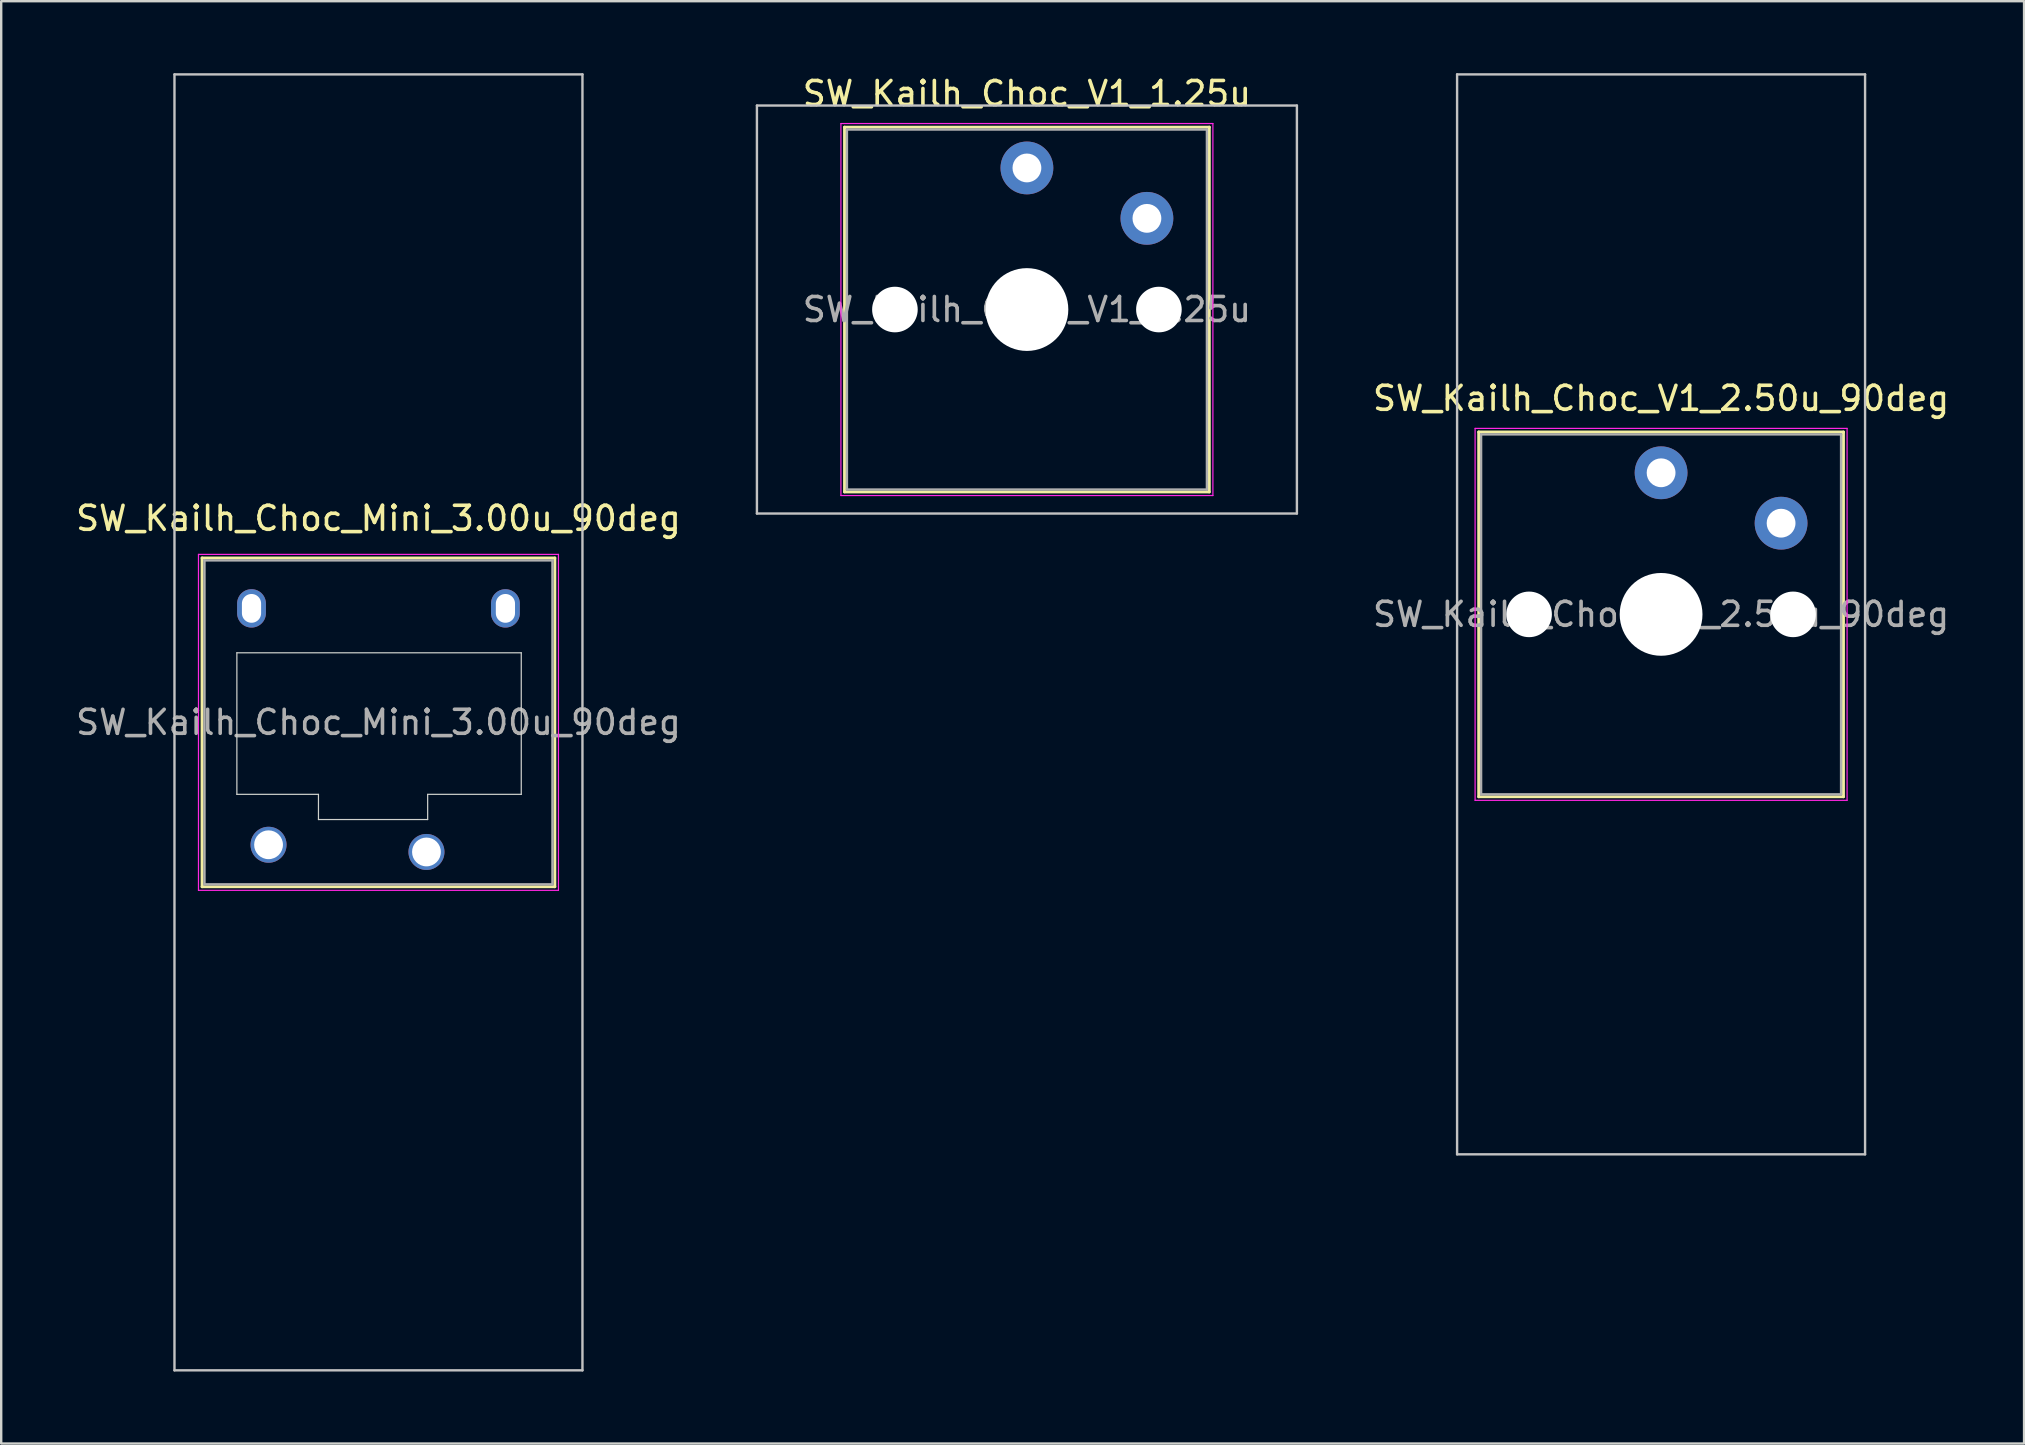
<source format=kicad_pcb>
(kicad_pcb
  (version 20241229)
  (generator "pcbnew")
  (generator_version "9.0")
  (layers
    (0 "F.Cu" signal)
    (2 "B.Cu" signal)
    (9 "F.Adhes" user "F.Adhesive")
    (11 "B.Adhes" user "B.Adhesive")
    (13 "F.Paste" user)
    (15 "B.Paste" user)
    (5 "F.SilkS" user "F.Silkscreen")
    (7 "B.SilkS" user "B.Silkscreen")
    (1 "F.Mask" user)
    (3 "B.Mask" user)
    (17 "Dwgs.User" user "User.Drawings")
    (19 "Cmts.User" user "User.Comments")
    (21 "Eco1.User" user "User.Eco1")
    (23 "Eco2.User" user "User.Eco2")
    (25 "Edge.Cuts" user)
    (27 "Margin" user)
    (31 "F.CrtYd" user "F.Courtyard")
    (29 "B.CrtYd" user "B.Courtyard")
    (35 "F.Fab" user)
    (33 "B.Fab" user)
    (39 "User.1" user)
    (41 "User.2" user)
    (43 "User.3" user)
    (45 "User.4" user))
  (footprint "SW_Kailh_Choc_V1_2.50u_90deg"
    (layer "F.Cu")
    (at 66.165 22.55)
    (property "Reference" "SW_Kailh_Choc_V1_2.50u_90deg" (at 0 -9 0) (layer "F.SilkS") (effects (font (size 1 1) (thickness 0.15))))
    (attr through_hole)
    (fp_line (start -7.6 -7.6) (end -7.6 7.6) (stroke (width 0.12) (type solid)) (layer "F.SilkS"))
    (fp_line (start -7.6 7.6) (end 7.6 7.6) (stroke (width 0.12) (type solid)) (layer "F.SilkS"))
    (fp_line (start 7.6 -7.6) (end -7.6 -7.6) (stroke (width 0.12) (type solid)) (layer "F.SilkS"))
    (fp_line (start 7.6 7.6) (end 7.6 -7.6) (stroke (width 0.12) (type solid)) (layer "F.SilkS"))
    (fp_line (start -8.5 -22.5) (end 8.5 -22.5) (stroke (width 0.1) (type solid)) (layer "Dwgs.User"))
    (fp_line (start -8.5 22.5) (end -8.5 -22.5) (stroke (width 0.1) (type solid)) (layer "Dwgs.User"))
    (fp_line (start 8.5 -22.5) (end 8.5 22.5) (stroke (width 0.1) (type solid)) (layer "Dwgs.User"))
    (fp_line (start 8.5 22.5) (end -8.5 22.5) (stroke (width 0.1) (type solid)) (layer "Dwgs.User"))
    (fp_line (start -7.25 -7.25) (end -7.25 7.25) (stroke (width 0.1) (type solid)) (layer "Eco1.User"))
    (fp_line (start -7.25 7.25) (end 7.25 7.25) (stroke (width 0.1) (type solid)) (layer "Eco1.User"))
    (fp_line (start 7.25 -7.25) (end -7.25 -7.25) (stroke (width 0.1) (type solid)) (layer "Eco1.User"))
    (fp_line (start 7.25 7.25) (end 7.25 -7.25) (stroke (width 0.1) (type solid)) (layer "Eco1.User"))
    (fp_line (start -7.75 -7.75) (end -7.75 7.75) (stroke (width 0.05) (type solid)) (layer "F.CrtYd"))
    (fp_line (start -7.75 7.75) (end 7.75 7.75) (stroke (width 0.05) (type solid)) (layer "F.CrtYd"))
    (fp_line (start 7.75 -7.75) (end -7.75 -7.75) (stroke (width 0.05) (type solid)) (layer "F.CrtYd"))
    (fp_line (start 7.75 7.75) (end 7.75 -7.75) (stroke (width 0.05) (type solid)) (layer "F.CrtYd"))
    (fp_line (start -7.5 -7.5) (end -7.5 7.5) (stroke (width 0.1) (type solid)) (layer "F.Fab"))
    (fp_line (start -7.5 7.5) (end 7.5 7.5) (stroke (width 0.1) (type solid)) (layer "F.Fab"))
    (fp_line (start 7.5 -7.5) (end -7.5 -7.5) (stroke (width 0.1) (type solid)) (layer "F.Fab"))
    (fp_line (start 7.5 7.5) (end 7.5 -7.5) (stroke (width 0.1) (type solid)) (layer "F.Fab"))
    (fp_text user "${REFERENCE}" (at 0 0 0) (layer "F.Fab") (effects (font (size 1 1) (thickness 0.15))))
    (pad "" np_thru_hole circle (at -5.5 0) (size 1.9 1.9) (drill 1.9) (layers "*.Cu" "*.Mask"))
    (pad "" np_thru_hole circle (at 0 0) (size 3.45 3.45) (drill 3.45) (layers "*.Cu" "*.Mask"))
    (pad "" np_thru_hole circle (at 5.5 0) (size 1.9 1.9) (drill 1.9) (layers "*.Cu" "*.Mask"))
    (pad "1" thru_hole circle (at 0 -5.9) (size 2.2 2.2) (drill 1.2) (layers "*.Cu" "*.Mask"))
    (pad "2" thru_hole circle (at 5 -3.8) (size 2.2 2.2) (drill 1.2) (layers "*.Cu" "*.Mask")))
  (footprint "SW_Kailh_Choc_V1_1.25u"
    (layer "F.Cu")
    (at 39.74 9.848)
    (property "Reference" "SW_Kailh_Choc_V1_1.25u" (at 0 -9 0) (layer "F.SilkS") (effects (font (size 1 1) (thickness 0.15))))
    (attr through_hole)
    (fp_line (start -7.6 -7.6) (end -7.6 7.6) (stroke (width 0.12) (type solid)) (layer "F.SilkS"))
    (fp_line (start -7.6 7.6) (end 7.6 7.6) (stroke (width 0.12) (type solid)) (layer "F.SilkS"))
    (fp_line (start 7.6 -7.6) (end -7.6 -7.6) (stroke (width 0.12) (type solid)) (layer "F.SilkS"))
    (fp_line (start 7.6 7.6) (end 7.6 -7.6) (stroke (width 0.12) (type solid)) (layer "F.SilkS"))
    (fp_line (start -11.25 -8.5) (end -11.25 8.5) (stroke (width 0.1) (type solid)) (layer "Dwgs.User"))
    (fp_line (start -11.25 8.5) (end 11.25 8.5) (stroke (width 0.1) (type solid)) (layer "Dwgs.User"))
    (fp_line (start 11.25 -8.5) (end -11.25 -8.5) (stroke (width 0.1) (type solid)) (layer "Dwgs.User"))
    (fp_line (start 11.25 8.5) (end 11.25 -8.5) (stroke (width 0.1) (type solid)) (layer "Dwgs.User"))
    (fp_line (start -7.25 -7.25) (end -7.25 7.25) (stroke (width 0.1) (type solid)) (layer "Eco1.User"))
    (fp_line (start -7.25 7.25) (end 7.25 7.25) (stroke (width 0.1) (type solid)) (layer "Eco1.User"))
    (fp_line (start 7.25 -7.25) (end -7.25 -7.25) (stroke (width 0.1) (type solid)) (layer "Eco1.User"))
    (fp_line (start 7.25 7.25) (end 7.25 -7.25) (stroke (width 0.1) (type solid)) (layer "Eco1.User"))
    (fp_line (start -7.75 -7.75) (end -7.75 7.75) (stroke (width 0.05) (type solid)) (layer "F.CrtYd"))
    (fp_line (start -7.75 7.75) (end 7.75 7.75) (stroke (width 0.05) (type solid)) (layer "F.CrtYd"))
    (fp_line (start 7.75 -7.75) (end -7.75 -7.75) (stroke (width 0.05) (type solid)) (layer "F.CrtYd"))
    (fp_line (start 7.75 7.75) (end 7.75 -7.75) (stroke (width 0.05) (type solid)) (layer "F.CrtYd"))
    (fp_line (start -7.5 -7.5) (end -7.5 7.5) (stroke (width 0.1) (type solid)) (layer "F.Fab"))
    (fp_line (start -7.5 7.5) (end 7.5 7.5) (stroke (width 0.1) (type solid)) (layer "F.Fab"))
    (fp_line (start 7.5 -7.5) (end -7.5 -7.5) (stroke (width 0.1) (type solid)) (layer "F.Fab"))
    (fp_line (start 7.5 7.5) (end 7.5 -7.5) (stroke (width 0.1) (type solid)) (layer "F.Fab"))
    (fp_text user "${REFERENCE}" (at 0 0 0) (layer "F.Fab") (effects (font (size 1 1) (thickness 0.15))))
    (pad "" np_thru_hole circle (at -5.5 0) (size 1.9 1.9) (drill 1.9) (layers "*.Cu" "*.Mask"))
    (pad "" np_thru_hole circle (at 0 0) (size 3.45 3.45) (drill 3.45) (layers "*.Cu" "*.Mask"))
    (pad "" np_thru_hole circle (at 5.5 0) (size 1.9 1.9) (drill 1.9) (layers "*.Cu" "*.Mask"))
    (pad "1" thru_hole circle (at 0 -5.9) (size 2.2 2.2) (drill 1.2) (layers "*.Cu" "*.Mask"))
    (pad "2" thru_hole circle (at 5 -3.8) (size 2.2 2.2) (drill 1.2) (layers "*.Cu" "*.Mask")))
  (footprint "SW_Kailh_Choc_Mini_3.00u_90deg"
    (layer "F.Cu")
    (at 12.72 27.05)
    (property "Reference" "SW_Kailh_Choc_Mini_3.00u_90deg" (at 0 -8.5 0) (layer "F.SilkS") (effects (font (size 1 1) (thickness 0.15))))
    (attr through_hole)
    (fp_line (start -7.35 -6.85) (end -7.35 6.85) (stroke (width 0.12) (type solid)) (layer "F.SilkS"))
    (fp_line (start -7.35 6.85) (end 7.35 6.85) (stroke (width 0.12) (type solid)) (layer "F.SilkS"))
    (fp_line (start 7.35 -6.85) (end -7.35 -6.85) (stroke (width 0.12) (type solid)) (layer "F.SilkS"))
    (fp_line (start 7.35 6.85) (end 7.35 -6.85) (stroke (width 0.12) (type solid)) (layer "F.SilkS"))
    (fp_line (start -8.5 -27) (end 8.5 -27) (stroke (width 0.1) (type solid)) (layer "Dwgs.User"))
    (fp_line (start -8.5 27) (end -8.5 -27) (stroke (width 0.1) (type solid)) (layer "Dwgs.User"))
    (fp_line (start 8.5 -27) (end 8.5 27) (stroke (width 0.1) (type solid)) (layer "Dwgs.User"))
    (fp_line (start 8.5 27) (end -8.5 27) (stroke (width 0.1) (type solid)) (layer "Dwgs.User"))
    (fp_line (start -6.85 -6.35) (end -6.85 6.35) (stroke (width 0.1) (type solid)) (layer "Eco1.User"))
    (fp_line (start -6.85 6.35) (end 6.85 6.35) (stroke (width 0.1) (type solid)) (layer "Eco1.User"))
    (fp_line (start 6.85 -6.35) (end -6.85 -6.35) (stroke (width 0.1) (type solid)) (layer "Eco1.User"))
    (fp_line (start 6.85 6.35) (end 6.85 -6.35) (stroke (width 0.1) (type solid)) (layer "Eco1.User"))
    (fp_line (start -5.9 -2.9) (end -5.9 3) (stroke (width 0.05) (type solid)) (layer "Edge.Cuts"))
    (fp_line (start -5.9 3) (end -2.5 3) (stroke (width 0.05) (type solid)) (layer "Edge.Cuts"))
    (fp_line (start -2.5 3) (end -2.5 4.05) (stroke (width 0.05) (type solid)) (layer "Edge.Cuts"))
    (fp_line (start -2.5 4.05) (end 2.05 4.05) (stroke (width 0.05) (type solid)) (layer "Edge.Cuts"))
    (fp_line (start 2.05 3) (end 5.95 3) (stroke (width 0.05) (type solid)) (layer "Edge.Cuts"))
    (fp_line (start 2.05 4.05) (end 2.05 3) (stroke (width 0.05) (type solid)) (layer "Edge.Cuts"))
    (fp_line (start 5.95 -2.9) (end -5.9 -2.9) (stroke (width 0.05) (type solid)) (layer "Edge.Cuts"))
    (fp_line (start 5.95 3) (end 5.95 -2.9) (stroke (width 0.05) (type solid)) (layer "Edge.Cuts"))
    (fp_line (start -7.5 -7) (end -7.5 7) (stroke (width 0.05) (type solid)) (layer "F.CrtYd"))
    (fp_line (start -7.5 7) (end 7.5 7) (stroke (width 0.05) (type solid)) (layer "F.CrtYd"))
    (fp_line (start 7.5 -7) (end -7.5 -7) (stroke (width 0.05) (type solid)) (layer "F.CrtYd"))
    (fp_line (start 7.5 7) (end 7.5 -7) (stroke (width 0.05) (type solid)) (layer "F.CrtYd"))
    (fp_line (start -7.25 -6.75) (end -7.25 6.75) (stroke (width 0.1) (type solid)) (layer "F.Fab"))
    (fp_line (start -7.25 6.75) (end 7.25 6.75) (stroke (width 0.1) (type solid)) (layer "F.Fab"))
    (fp_line (start 7.25 -6.75) (end -7.25 -6.75) (stroke (width 0.1) (type solid)) (layer "F.Fab"))
    (fp_line (start 7.25 6.75) (end 7.25 -6.75) (stroke (width 0.1) (type solid)) (layer "F.Fab"))
    (fp_text user "${REFERENCE}" (at 0 0 0) (layer "F.Fab") (effects (font (size 1 1) (thickness 0.15))))
    (pad "" np_thru_hole oval (at -5.29 -4.75) (size 1.2 1.6) (drill oval 0.8 1.2) (layers "*.Cu" "*.Mask"))
    (pad "" np_thru_hole oval (at 5.29 -4.75) (size 1.2 1.6) (drill oval 0.8 1.2) (layers "*.Cu" "*.Mask"))
    (pad "1" thru_hole circle (at 2 5.4) (size 1.5 1.5) (drill 1.2) (layers "*.Cu" "*.Mask"))
    (pad "2" thru_hole circle (at -4.58 5.1) (size 1.5 1.5) (drill 1.2) (layers "*.Cu" "*.Mask")))
  (gr_rect
    (start -3 -3)
    (end 81.29 57.1)
    (stroke (width 0.1) (type default))
    (fill no)
    (layer "Edge.Cuts")))
</source>
